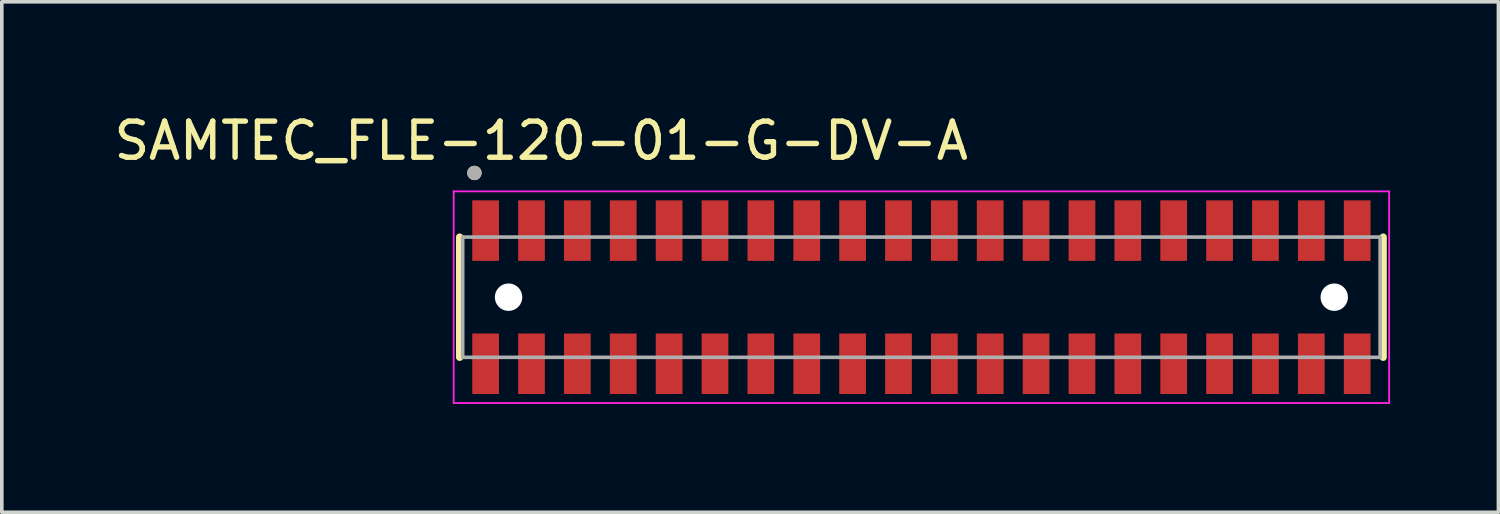
<source format=kicad_pcb>
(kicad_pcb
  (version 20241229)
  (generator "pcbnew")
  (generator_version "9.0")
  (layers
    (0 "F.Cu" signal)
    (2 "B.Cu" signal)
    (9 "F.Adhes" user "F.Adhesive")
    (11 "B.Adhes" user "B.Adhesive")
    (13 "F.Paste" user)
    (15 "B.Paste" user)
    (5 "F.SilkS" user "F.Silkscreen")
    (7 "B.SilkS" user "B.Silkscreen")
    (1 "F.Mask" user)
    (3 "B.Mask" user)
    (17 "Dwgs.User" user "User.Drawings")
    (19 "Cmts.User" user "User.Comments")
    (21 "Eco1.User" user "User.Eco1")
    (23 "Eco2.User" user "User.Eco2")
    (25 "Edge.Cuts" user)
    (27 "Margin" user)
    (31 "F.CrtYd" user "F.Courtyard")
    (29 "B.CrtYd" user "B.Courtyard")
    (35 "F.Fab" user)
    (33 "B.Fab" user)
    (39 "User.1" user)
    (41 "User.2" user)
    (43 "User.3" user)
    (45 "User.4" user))
  (footprint "SAMTEC_FLE-120-01-G-DV-A"
    (layer "F.Cu")
    (at 22.46 5.178)
    (property "Reference" "SAMTEC_FLE-120-01-G-DV-A" (at -10.525 -4.33 0) (layer "F.SilkS") (effects (font (size 1 1) (thickness 0.15))))
    (attr smd)
    (fp_line (start -12.785 1.665) (end -12.785 -1.665) (stroke (width 0.2) (type solid)) (layer "F.SilkS"))
    (fp_line (start 12.785 1.665) (end 12.785 -1.665) (stroke (width 0.2) (type solid)) (layer "F.SilkS"))
    (fp_circle (center -12.375 -3.44) (end -12.275 -3.44) (stroke (width 0.2) (type solid)) (fill no) (layer "F.SilkS"))
    (fp_line (start -12.95 -2.93) (end 12.95 -2.93) (stroke (width 0.05) (type solid)) (layer "F.CrtYd"))
    (fp_line (start -12.95 2.93) (end -12.95 -2.93) (stroke (width 0.05) (type solid)) (layer "F.CrtYd"))
    (fp_line (start 12.95 -2.93) (end 12.95 2.93) (stroke (width 0.05) (type solid)) (layer "F.CrtYd"))
    (fp_line (start 12.95 2.93) (end -12.95 2.93) (stroke (width 0.05) (type solid)) (layer "F.CrtYd"))
    (fp_line (start -12.7 -1.665) (end 12.7 -1.665) (stroke (width 0.1) (type solid)) (layer "F.Fab"))
    (fp_line (start -12.7 1.665) (end -12.7 -1.665) (stroke (width 0.1) (type solid)) (layer "F.Fab"))
    (fp_line (start 12.7 -1.665) (end 12.7 1.665) (stroke (width 0.1) (type solid)) (layer "F.Fab"))
    (fp_line (start 12.7 1.665) (end -12.7 1.665) (stroke (width 0.1) (type solid)) (layer "F.Fab"))
    (fp_circle (center -12.375 -3.44) (end -12.275 -3.44) (stroke (width 0.2) (type solid)) (fill no) (layer "F.Fab"))
    (pad "" np_thru_hole circle (at -11.43 0) (size 0.76 0.76) (drill 0.76) (layers "*.Cu" "*.Mask"))
    (pad "" np_thru_hole circle (at 11.43 0) (size 0.76 0.76) (drill 0.76) (layers "*.Cu" "*.Mask"))
    (pad "1" smd rect (at -12.065 -1.843) (size 0.74 1.675) (layers "F.Cu" "F.Mask" "F.Paste"))
    (pad "2" smd rect (at -12.065 1.843) (size 0.74 1.675) (layers "F.Cu" "F.Mask" "F.Paste"))
    (pad "3" smd rect (at -10.795 -1.843) (size 0.74 1.675) (layers "F.Cu" "F.Mask" "F.Paste"))
    (pad "4" smd rect (at -10.795 1.843) (size 0.74 1.675) (layers "F.Cu" "F.Mask" "F.Paste"))
    (pad "5" smd rect (at -9.525 -1.843) (size 0.74 1.675) (layers "F.Cu" "F.Mask" "F.Paste"))
    (pad "6" smd rect (at -9.525 1.843) (size 0.74 1.675) (layers "F.Cu" "F.Mask" "F.Paste"))
    (pad "7" smd rect (at -8.255 -1.843) (size 0.74 1.675) (layers "F.Cu" "F.Mask" "F.Paste"))
    (pad "8" smd rect (at -8.255 1.843) (size 0.74 1.675) (layers "F.Cu" "F.Mask" "F.Paste"))
    (pad "9" smd rect (at -6.985 -1.843) (size 0.74 1.675) (layers "F.Cu" "F.Mask" "F.Paste"))
    (pad "10" smd rect (at -6.985 1.843) (size 0.74 1.675) (layers "F.Cu" "F.Mask" "F.Paste"))
    (pad "11" smd rect (at -5.715 -1.843) (size 0.74 1.675) (layers "F.Cu" "F.Mask" "F.Paste"))
    (pad "12" smd rect (at -5.715 1.843) (size 0.74 1.675) (layers "F.Cu" "F.Mask" "F.Paste"))
    (pad "13" smd rect (at -4.445 -1.843) (size 0.74 1.675) (layers "F.Cu" "F.Mask" "F.Paste"))
    (pad "14" smd rect (at -4.445 1.843) (size 0.74 1.675) (layers "F.Cu" "F.Mask" "F.Paste"))
    (pad "15" smd rect (at -3.175 -1.843) (size 0.74 1.675) (layers "F.Cu" "F.Mask" "F.Paste"))
    (pad "16" smd rect (at -3.175 1.843) (size 0.74 1.675) (layers "F.Cu" "F.Mask" "F.Paste"))
    (pad "17" smd rect (at -1.905 -1.843) (size 0.74 1.675) (layers "F.Cu" "F.Mask" "F.Paste"))
    (pad "18" smd rect (at -1.905 1.843) (size 0.74 1.675) (layers "F.Cu" "F.Mask" "F.Paste"))
    (pad "19" smd rect (at -0.635 -1.843) (size 0.74 1.675) (layers "F.Cu" "F.Mask" "F.Paste"))
    (pad "20" smd rect (at -0.635 1.843) (size 0.74 1.675) (layers "F.Cu" "F.Mask" "F.Paste"))
    (pad "21" smd rect (at 0.635 -1.843) (size 0.74 1.675) (layers "F.Cu" "F.Mask" "F.Paste"))
    (pad "22" smd rect (at 0.635 1.843) (size 0.74 1.675) (layers "F.Cu" "F.Mask" "F.Paste"))
    (pad "23" smd rect (at 1.905 -1.843) (size 0.74 1.675) (layers "F.Cu" "F.Mask" "F.Paste"))
    (pad "24" smd rect (at 1.905 1.843) (size 0.74 1.675) (layers "F.Cu" "F.Mask" "F.Paste"))
    (pad "25" smd rect (at 3.175 -1.843) (size 0.74 1.675) (layers "F.Cu" "F.Mask" "F.Paste"))
    (pad "26" smd rect (at 3.175 1.843) (size 0.74 1.675) (layers "F.Cu" "F.Mask" "F.Paste"))
    (pad "27" smd rect (at 4.445 -1.843) (size 0.74 1.675) (layers "F.Cu" "F.Mask" "F.Paste"))
    (pad "28" smd rect (at 4.445 1.843) (size 0.74 1.675) (layers "F.Cu" "F.Mask" "F.Paste"))
    (pad "29" smd rect (at 5.715 -1.843) (size 0.74 1.675) (layers "F.Cu" "F.Mask" "F.Paste"))
    (pad "30" smd rect (at 5.715 1.843) (size 0.74 1.675) (layers "F.Cu" "F.Mask" "F.Paste"))
    (pad "31" smd rect (at 6.985 -1.843) (size 0.74 1.675) (layers "F.Cu" "F.Mask" "F.Paste"))
    (pad "32" smd rect (at 6.985 1.843) (size 0.74 1.675) (layers "F.Cu" "F.Mask" "F.Paste"))
    (pad "33" smd rect (at 8.255 -1.843) (size 0.74 1.675) (layers "F.Cu" "F.Mask" "F.Paste"))
    (pad "34" smd rect (at 8.255 1.843) (size 0.74 1.675) (layers "F.Cu" "F.Mask" "F.Paste"))
    (pad "35" smd rect (at 9.525 -1.843) (size 0.74 1.675) (layers "F.Cu" "F.Mask" "F.Paste"))
    (pad "36" smd rect (at 9.525 1.843) (size 0.74 1.675) (layers "F.Cu" "F.Mask" "F.Paste"))
    (pad "37" smd rect (at 10.795 -1.843) (size 0.74 1.675) (layers "F.Cu" "F.Mask" "F.Paste"))
    (pad "38" smd rect (at 10.795 1.843) (size 0.74 1.675) (layers "F.Cu" "F.Mask" "F.Paste"))
    (pad "39" smd rect (at 12.065 -1.843) (size 0.74 1.675) (layers "F.Cu" "F.Mask" "F.Paste"))
    (pad "40" smd rect (at 12.065 1.843) (size 0.74 1.675) (layers "F.Cu" "F.Mask" "F.Paste")))
  (gr_rect
    (start -3 -3)
    (end 38.435 11.133)
    (stroke (width 0.1) (type default))
    (fill no)
    (layer "Edge.Cuts")))
</source>
